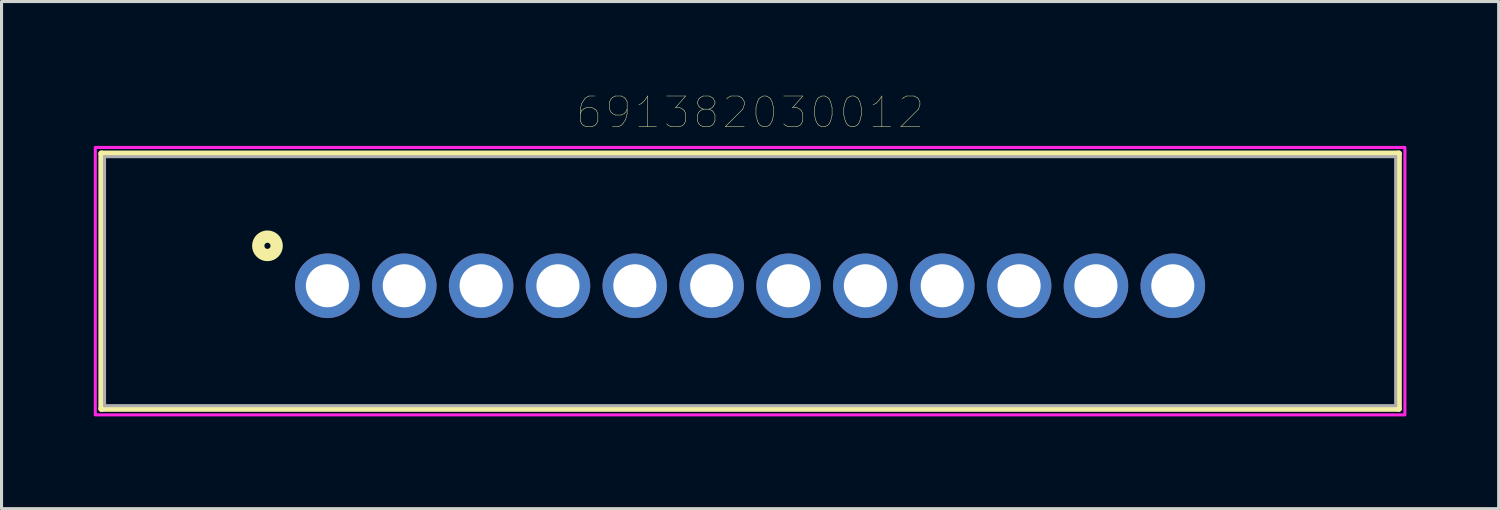
<source format=kicad_pcb>
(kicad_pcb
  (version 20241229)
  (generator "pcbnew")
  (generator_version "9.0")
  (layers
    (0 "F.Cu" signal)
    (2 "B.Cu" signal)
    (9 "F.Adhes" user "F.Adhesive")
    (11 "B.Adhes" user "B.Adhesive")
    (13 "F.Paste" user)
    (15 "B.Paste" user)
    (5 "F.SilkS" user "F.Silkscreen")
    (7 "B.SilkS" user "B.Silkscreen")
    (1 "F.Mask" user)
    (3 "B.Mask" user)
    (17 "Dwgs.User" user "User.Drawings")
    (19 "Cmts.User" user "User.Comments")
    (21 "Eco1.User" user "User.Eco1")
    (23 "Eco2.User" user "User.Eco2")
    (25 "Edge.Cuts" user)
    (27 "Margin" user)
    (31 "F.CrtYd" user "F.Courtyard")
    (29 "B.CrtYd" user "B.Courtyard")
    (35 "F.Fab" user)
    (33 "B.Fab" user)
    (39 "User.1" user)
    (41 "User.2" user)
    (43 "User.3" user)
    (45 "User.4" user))
  (footprint "691382030012"
    (layer "F.Cu")
    (at 21.35 6.246)
    (property "Reference" "691382030012" (at 0 -5.635 0) (layer "F.SilkS") (effects (font (size 1 1) (thickness 0.015))))
    (attr through_hole)
    (fp_line (start -21.1 -4.3) (end 21.1 -4.3) (stroke (width 0.2) (type solid)) (layer "F.SilkS"))
    (fp_line (start -21.1 4) (end -21.1 -4.3) (stroke (width 0.2) (type solid)) (layer "F.SilkS"))
    (fp_line (start 21.1 -4.3) (end 21.1 4) (stroke (width 0.2) (type solid)) (layer "F.SilkS"))
    (fp_line (start 21.1 4) (end -21.1 4) (stroke (width 0.2) (type solid)) (layer "F.SilkS"))
    (fp_circle (center -15.7 -1.3) (end -15.6 -1.3) (stroke (width 0.4) (type solid)) (fill no) (layer "F.SilkS"))
    (fp_poly (pts (xy -21.3 -4.5) (xy 21.3 -4.5) (xy 21.3 4.2) (xy -21.3 4.2)) (stroke (width 0.1) (type solid)) (fill no) (layer "F.CrtYd"))
    (fp_line (start -21 -4.2) (end 21 -4.2) (stroke (width 0.1) (type solid)) (layer "F.Fab"))
    (fp_line (start -21 3.9) (end -21 -4.2) (stroke (width 0.1) (type solid)) (layer "F.Fab"))
    (fp_line (start 21 -4.2) (end 21 3.9) (stroke (width 0.1) (type solid)) (layer "F.Fab"))
    (fp_line (start 21 3.9) (end -21 3.9) (stroke (width 0.1) (type solid)) (layer "F.Fab"))
    (pad "1" thru_hole circle (at -13.75 0) (size 2.1 2.1) (drill 1.4) (layers "*.Cu" "*.Mask"))
    (pad "2" thru_hole circle (at -11.25 0) (size 2.1 2.1) (drill 1.4) (layers "*.Cu" "*.Mask"))
    (pad "3" thru_hole circle (at -8.75 0) (size 2.1 2.1) (drill 1.4) (layers "*.Cu" "*.Mask"))
    (pad "4" thru_hole circle (at -6.25 0) (size 2.1 2.1) (drill 1.4) (layers "*.Cu" "*.Mask"))
    (pad "5" thru_hole circle (at -3.75 0) (size 2.1 2.1) (drill 1.4) (layers "*.Cu" "*.Mask"))
    (pad "6" thru_hole circle (at -1.25 0) (size 2.1 2.1) (drill 1.4) (layers "*.Cu" "*.Mask"))
    (pad "7" thru_hole circle (at 1.25 0) (size 2.1 2.1) (drill 1.4) (layers "*.Cu" "*.Mask"))
    (pad "8" thru_hole circle (at 3.75 0) (size 2.1 2.1) (drill 1.4) (layers "*.Cu" "*.Mask"))
    (pad "9" thru_hole circle (at 6.25 0) (size 2.1 2.1) (drill 1.4) (layers "*.Cu" "*.Mask"))
    (pad "10" thru_hole circle (at 8.75 0) (size 2.1 2.1) (drill 1.4) (layers "*.Cu" "*.Mask"))
    (pad "11" thru_hole circle (at 11.25 0) (size 2.1 2.1) (drill 1.4) (layers "*.Cu" "*.Mask"))
    (pad "12" thru_hole circle (at 13.75 0) (size 2.1 2.1) (drill 1.4) (layers "*.Cu" "*.Mask")))
  (gr_rect
    (start -3 -3)
    (end 45.7 13.496)
    (stroke (width 0.1) (type default))
    (fill no)
    (layer "Edge.Cuts")))
</source>
